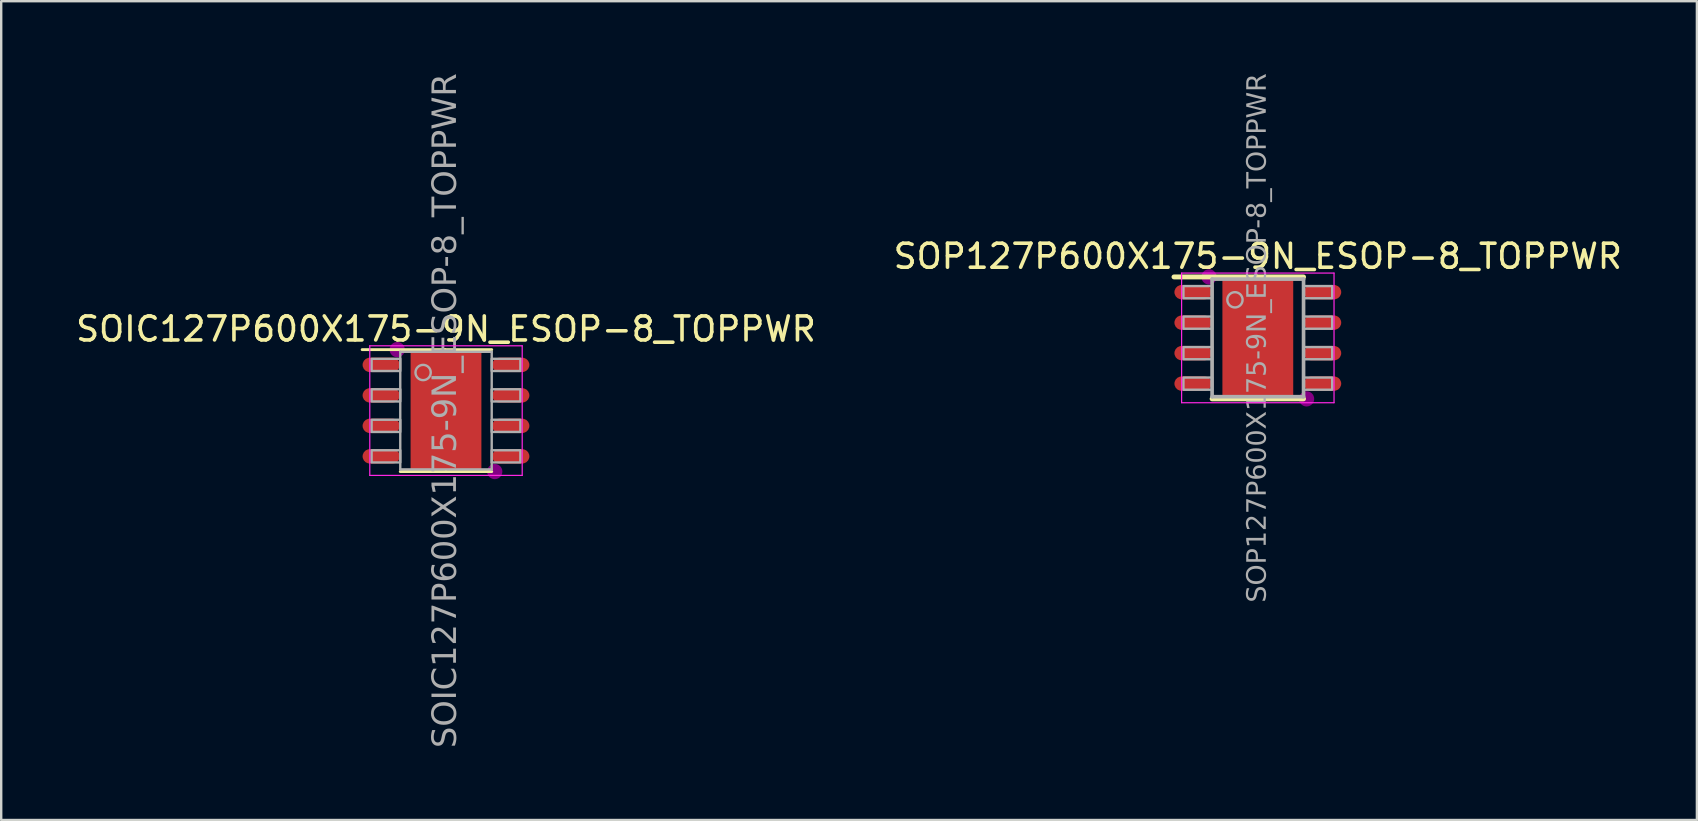
<source format=kicad_pcb>
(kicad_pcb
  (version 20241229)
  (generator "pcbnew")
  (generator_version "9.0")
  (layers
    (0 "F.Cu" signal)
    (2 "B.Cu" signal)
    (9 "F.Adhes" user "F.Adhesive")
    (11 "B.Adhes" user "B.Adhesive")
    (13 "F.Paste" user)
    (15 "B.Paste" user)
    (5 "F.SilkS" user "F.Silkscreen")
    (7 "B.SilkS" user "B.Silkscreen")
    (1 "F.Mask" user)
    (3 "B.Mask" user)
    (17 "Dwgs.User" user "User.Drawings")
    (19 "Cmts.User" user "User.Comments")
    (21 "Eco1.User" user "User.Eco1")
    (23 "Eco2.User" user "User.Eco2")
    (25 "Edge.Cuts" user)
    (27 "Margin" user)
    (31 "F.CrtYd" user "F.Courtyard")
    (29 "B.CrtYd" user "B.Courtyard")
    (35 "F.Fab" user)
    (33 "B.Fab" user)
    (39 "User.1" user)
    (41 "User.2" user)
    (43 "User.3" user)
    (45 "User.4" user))
  (footprint "SOP127P600X175-9N_ESOP-8_TOPPWR"
    (layer "F.Cu")
    (at 49.351 11.027)
    (property "Reference" "SOP127P600X175-9N_ESOP-8_TOPPWR" (at 0 -3.4 0) (layer "F.SilkS") (effects (font (size 1 1) (thickness 0.15))))
    (attr smd)
    (fp_line (start -0.043 -2.54) (end -3.493 -2.54) (stroke (width 0.203) (type solid)) (layer "F.SilkS"))
    (fp_line (start -0.043 -2.54) (end 1.905 -2.54) (stroke (width 0.203) (type solid)) (layer "F.SilkS"))
    (fp_line (start 0 2.54) (end -1.905 2.54) (stroke (width 0.203) (type solid)) (layer "F.SilkS"))
    (fp_line (start 0 2.54) (end 1.905 2.54) (stroke (width 0.203) (type solid)) (layer "F.SilkS"))
    (fp_circle (center -2.032 -2.54) (end -1.714 -2.54) (stroke (width 0) (type solid)) (fill yes) (layer "F.Adhes"))
    (fp_circle (center 2.032 2.54) (end 2.349 2.54) (stroke (width 0) (type solid)) (fill yes) (layer "F.Adhes"))
    (fp_line (start -3.175 -2.7) (end -3.175 2.7) (stroke (width 0.05) (type solid)) (layer "F.CrtYd"))
    (fp_line (start -3.175 2.7) (end 3.175 2.7) (stroke (width 0.05) (type solid)) (layer "F.CrtYd"))
    (fp_line (start 3.175 -2.7) (end -3.175 -2.7) (stroke (width 0.05) (type solid)) (layer "F.CrtYd"))
    (fp_line (start 3.175 2.7) (end 3.175 -2.7) (stroke (width 0.05) (type solid)) (layer "F.CrtYd"))
    (fp_line (start -1.905 -2.45) (end 1.905 -2.45) (stroke (width 0.152) (type solid)) (layer "F.Fab"))
    (fp_line (start -1.905 2.45) (end -1.905 -2.45) (stroke (width 0.152) (type solid)) (layer "F.Fab"))
    (fp_line (start -1.905 2.45) (end 1.905 2.45) (stroke (width 0.152) (type solid)) (layer "F.Fab"))
    (fp_line (start 1.905 2.45) (end 1.905 -2.45) (stroke (width 0.152) (type solid)) (layer "F.Fab"))
    (fp_rect (start -3.099 -2.159) (end -1.905 -1.651) (stroke (width 0.1) (type solid)) (fill no) (layer "F.Fab"))
    (fp_rect (start -3.099 -0.889) (end -1.905 -0.381) (stroke (width 0.1) (type solid)) (fill no) (layer "F.Fab"))
    (fp_rect (start -3.099 0.381) (end -1.905 0.889) (stroke (width 0.1) (type solid)) (fill no) (layer "F.Fab"))
    (fp_rect (start -3.099 1.651) (end -1.905 2.159) (stroke (width 0.1) (type solid)) (fill no) (layer "F.Fab"))
    (fp_rect (start 3.099 -1.651) (end 1.905 -2.159) (stroke (width 0.1) (type solid)) (fill no) (layer "F.Fab"))
    (fp_rect (start 3.099 -0.381) (end 1.905 -0.889) (stroke (width 0.1) (type solid)) (fill no) (layer "F.Fab"))
    (fp_rect (start 3.099 0.889) (end 1.905 0.381) (stroke (width 0.1) (type solid)) (fill no) (layer "F.Fab"))
    (fp_rect (start 3.099 2.159) (end 1.905 1.651) (stroke (width 0.1) (type solid)) (fill no) (layer "F.Fab"))
    (fp_circle (center -0.953 -1.587) (end -0.635 -1.587) (stroke (width 0.1) (type solid)) (fill no) (layer "F.Fab"))
    (fp_text user "${REFERENCE}" (at 0 0 90) (layer "F.Fab") (effects (font (face "Tahoma") (size 0.8 0.8) (thickness 0.15))))
    (pad "" smd rect (at 0 0) (size 2.5 3.4) (layers "F.Paste"))
    (pad "" smd rect (at 0 0) (size 2.71 3.4) (layers "F.Mask"))
    (pad "1" smd roundrect (at -2.7 -1.905) (size 1.55 0.6) (layers "F.Cu" "F.Mask" "F.Paste") (roundrect_rratio 0.5))
    (pad "2" smd roundrect (at -2.7 -0.635) (size 1.55 0.6) (layers "F.Cu" "F.Mask" "F.Paste") (roundrect_rratio 0.5))
    (pad "3" smd roundrect (at -2.7 0.635) (size 1.55 0.6) (layers "F.Cu" "F.Mask" "F.Paste") (roundrect_rratio 0.5))
    (pad "4" smd roundrect (at -2.7 1.905) (size 1.55 0.6) (layers "F.Cu" "F.Mask" "F.Paste") (roundrect_rratio 0.5))
    (pad "5" smd roundrect (at 2.7 1.905) (size 1.55 0.6) (layers "F.Cu" "F.Mask" "F.Paste") (roundrect_rratio 0.5))
    (pad "6" smd roundrect (at 2.7 0.635) (size 1.55 0.6) (layers "F.Cu" "F.Mask" "F.Paste") (roundrect_rratio 0.5))
    (pad "7" smd roundrect (at 2.7 -0.635) (size 1.55 0.6) (layers "F.Cu" "F.Mask" "F.Paste") (roundrect_rratio 0.5))
    (pad "8" smd roundrect (at 2.7 -1.905) (size 1.55 0.6) (layers "F.Cu" "F.Mask" "F.Paste") (roundrect_rratio 0.5))
    (pad "9" smd rect (at 0 0) (size 2.95 4.9) (property pad_prop_heatsink) (layers "F.Cu")))
  (footprint "SOIC127P600X175-9N_ESOP-8_TOPPWR"
    (layer "F.Cu")
    (at 15.53 14.056)
    (property "Reference" "SOIC127P600X175-9N_ESOP-8_TOPPWR" (at 0 -3.4 0) (layer "F.SilkS") (effects (font (size 1 1) (thickness 0.15))))
    (attr smd)
    (fp_line (start -0.043 -2.54) (end -3.493 -2.54) (stroke (width 0.12) (type solid)) (layer "F.SilkS"))
    (fp_line (start -0.043 -2.54) (end 1.905 -2.54) (stroke (width 0.12) (type solid)) (layer "F.SilkS"))
    (fp_line (start 0 2.54) (end -1.905 2.54) (stroke (width 0.12) (type solid)) (layer "F.SilkS"))
    (fp_line (start 0 2.54) (end 1.905 2.54) (stroke (width 0.12) (type solid)) (layer "F.SilkS"))
    (fp_circle (center -2.032 -2.54) (end -1.714 -2.54) (stroke (width 0) (type solid)) (fill yes) (layer "F.Adhes"))
    (fp_circle (center 2.032 2.54) (end 2.349 2.54) (stroke (width 0) (type solid)) (fill yes) (layer "F.Adhes"))
    (fp_line (start -3.175 -2.7) (end -3.175 2.7) (stroke (width 0.05) (type solid)) (layer "F.CrtYd"))
    (fp_line (start -3.175 2.7) (end 3.175 2.7) (stroke (width 0.05) (type solid)) (layer "F.CrtYd"))
    (fp_line (start 3.175 -2.7) (end -3.175 -2.7) (stroke (width 0.05) (type solid)) (layer "F.CrtYd"))
    (fp_line (start 3.175 2.7) (end 3.175 -2.7) (stroke (width 0.05) (type solid)) (layer "F.CrtYd"))
    (fp_line (start -1.905 -2.45) (end 1.905 -2.45) (stroke (width 0.1) (type solid)) (layer "F.Fab"))
    (fp_line (start -1.905 2.45) (end -1.905 -2.45) (stroke (width 0.1) (type solid)) (layer "F.Fab"))
    (fp_line (start -1.905 2.45) (end 1.905 2.45) (stroke (width 0.1) (type solid)) (layer "F.Fab"))
    (fp_line (start 1.905 2.45) (end 1.905 -2.45) (stroke (width 0.1) (type solid)) (layer "F.Fab"))
    (fp_rect (start -3.099 -2.159) (end -1.905 -1.651) (stroke (width 0.1) (type solid)) (fill no) (layer "F.Fab"))
    (fp_rect (start -3.099 -0.889) (end -1.905 -0.381) (stroke (width 0.1) (type solid)) (fill no) (layer "F.Fab"))
    (fp_rect (start -3.099 0.381) (end -1.905 0.889) (stroke (width 0.1) (type solid)) (fill no) (layer "F.Fab"))
    (fp_rect (start -3.099 1.651) (end -1.905 2.159) (stroke (width 0.1) (type solid)) (fill no) (layer "F.Fab"))
    (fp_rect (start 3.099 -1.651) (end 1.905 -2.159) (stroke (width 0.1) (type solid)) (fill no) (layer "F.Fab"))
    (fp_rect (start 3.099 -0.381) (end 1.905 -0.889) (stroke (width 0.1) (type solid)) (fill no) (layer "F.Fab"))
    (fp_rect (start 3.099 0.889) (end 1.905 0.381) (stroke (width 0.1) (type solid)) (fill no) (layer "F.Fab"))
    (fp_rect (start 3.099 2.159) (end 1.905 1.651) (stroke (width 0.1) (type solid)) (fill no) (layer "F.Fab"))
    (fp_circle (center -0.953 -1.587) (end -0.635 -1.587) (stroke (width 0.1) (type solid)) (fill no) (layer "F.Fab"))
    (fp_text user "${REFERENCE}" (at 0 0 90) (layer "F.Fab") (effects (font (face "Tahoma") (size 1 1) (thickness 0.15))))
    (pad "" smd rect (at 0 0) (size 2.5 3.4) (layers "F.Paste"))
    (pad "" smd rect (at 0 0) (size 2.71 3.4) (layers "F.Mask"))
    (pad "1" smd roundrect (at -2.7 -1.905) (size 1.55 0.6) (layers "F.Cu" "F.Mask" "F.Paste") (roundrect_rratio 0.5))
    (pad "2" smd roundrect (at -2.7 -0.635) (size 1.55 0.6) (layers "F.Cu" "F.Mask" "F.Paste") (roundrect_rratio 0.5))
    (pad "3" smd roundrect (at -2.7 0.635) (size 1.55 0.6) (layers "F.Cu" "F.Mask" "F.Paste") (roundrect_rratio 0.5))
    (pad "4" smd roundrect (at -2.7 1.905) (size 1.55 0.6) (layers "F.Cu" "F.Mask" "F.Paste") (roundrect_rratio 0.5))
    (pad "5" smd roundrect (at 2.7 1.905) (size 1.55 0.6) (layers "F.Cu" "F.Mask" "F.Paste") (roundrect_rratio 0.5))
    (pad "6" smd roundrect (at 2.7 0.635) (size 1.55 0.6) (layers "F.Cu" "F.Mask" "F.Paste") (roundrect_rratio 0.5))
    (pad "7" smd roundrect (at 2.7 -0.635) (size 1.55 0.6) (layers "F.Cu" "F.Mask" "F.Paste") (roundrect_rratio 0.5))
    (pad "8" smd roundrect (at 2.7 -1.905) (size 1.55 0.6) (layers "F.Cu" "F.Mask" "F.Paste") (roundrect_rratio 0.5))
    (pad "9" smd rect (at 0 0) (size 2.95 4.9) (property pad_prop_heatsink) (layers "F.Cu")))
  (gr_rect
    (start -3 -3)
    (end 67.643 31.112)
    (stroke (width 0.1) (type default))
    (fill no)
    (layer "Edge.Cuts")))
</source>
